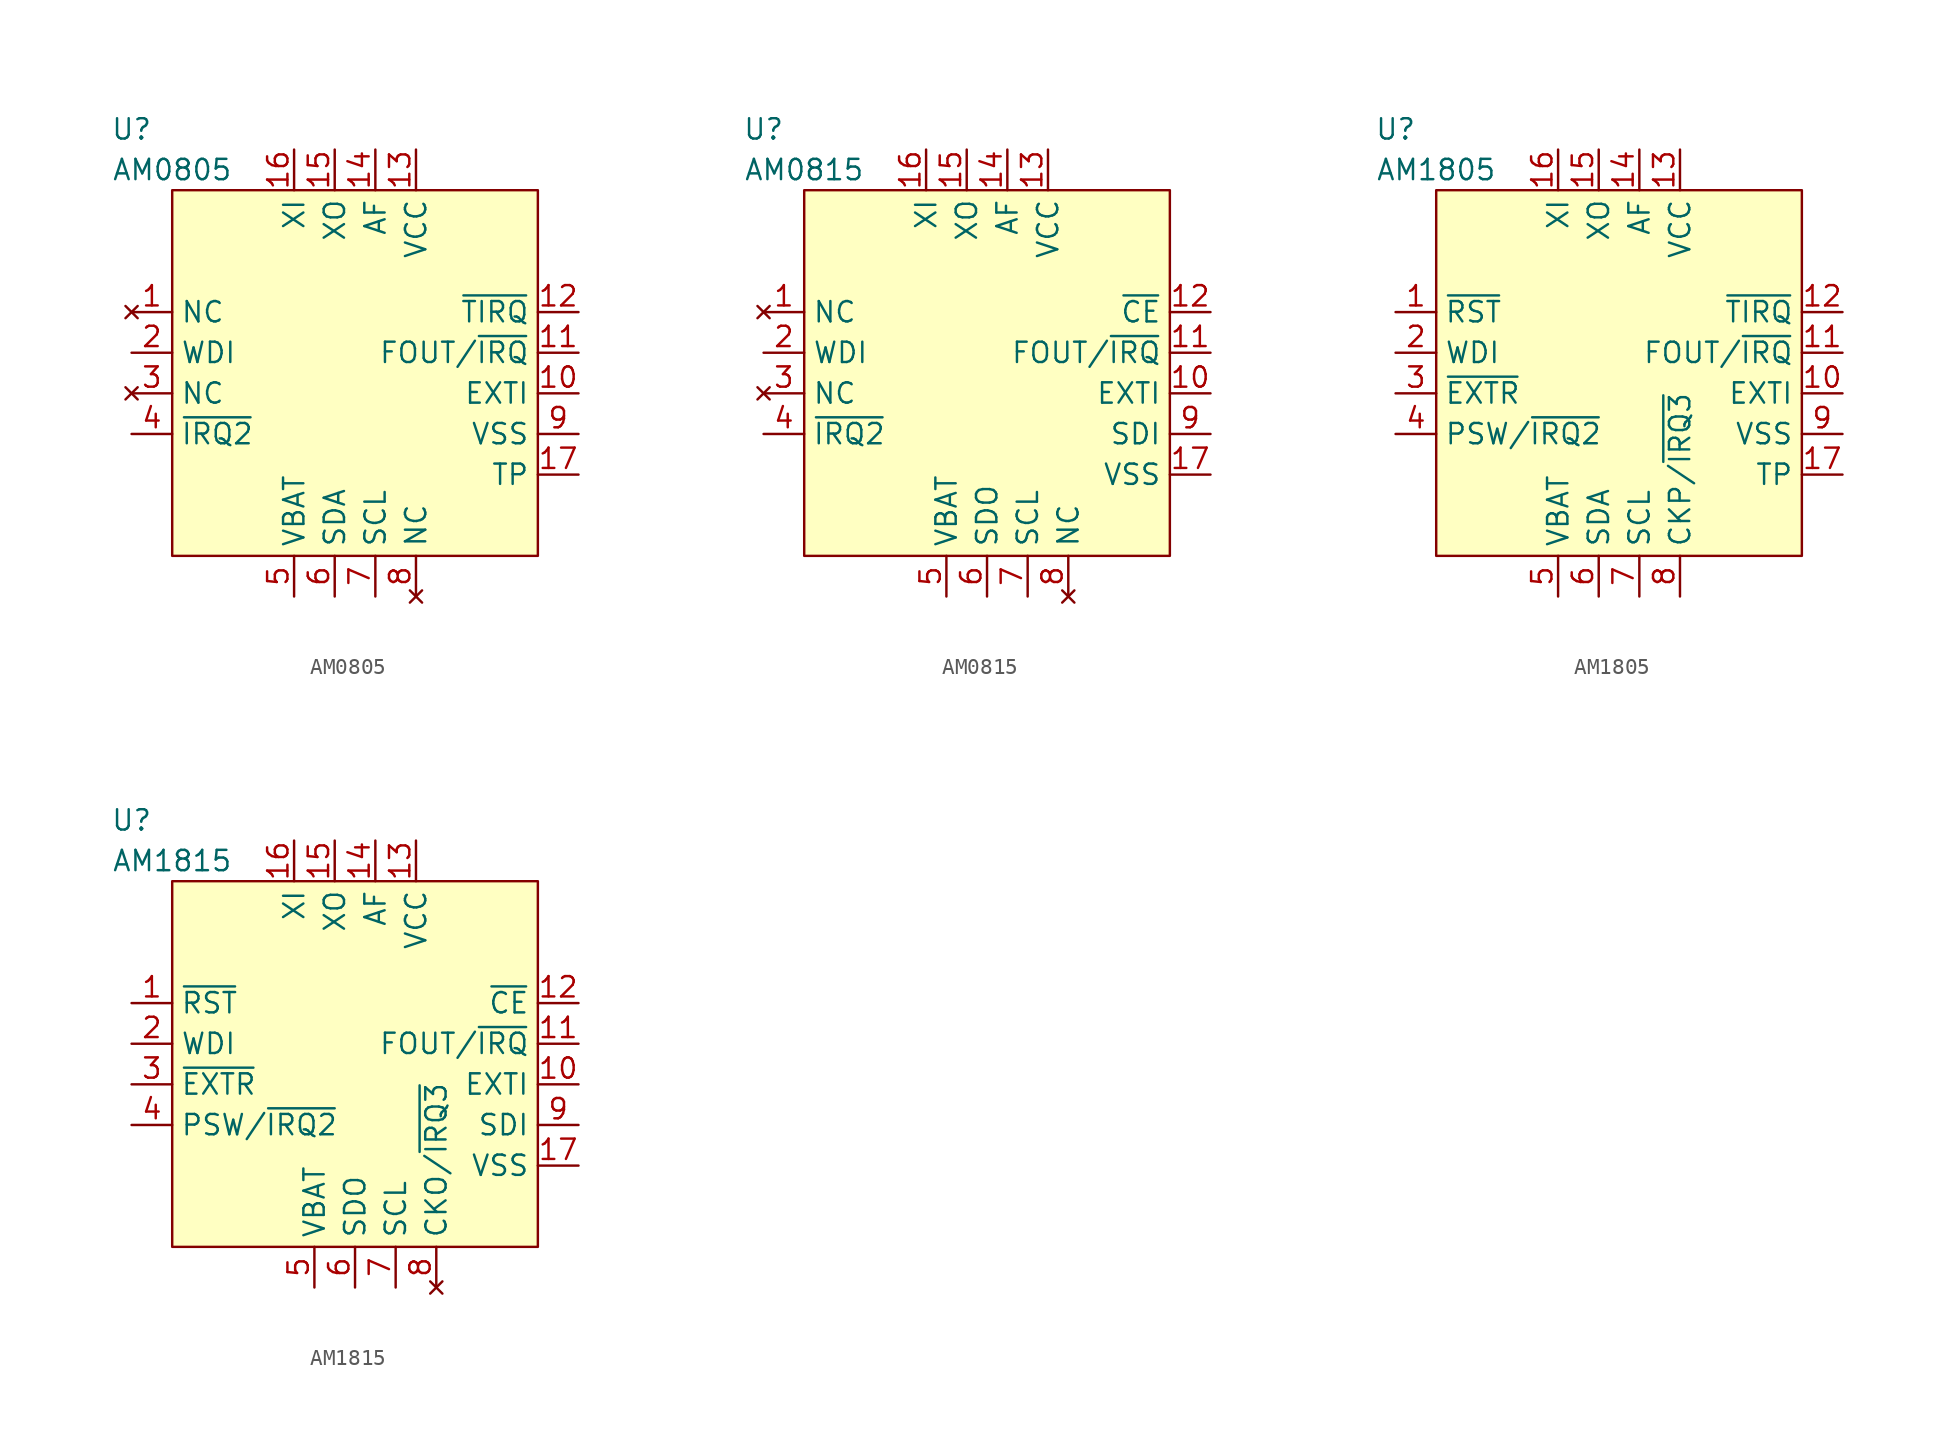
<source format=kicad_sym>
(kicad_symbol_lib
  (version 20220914)
  (generator kicad_symbol_editor)
  (symbol "AM0805"
    (property "Reference" "U"
      (at -2.54 3.81 0)
      (effects (font (size 1.27 1.27))))
    (property "Value" "AM0805"
      (at 0 1.27 0)
      (effects (font (size 1.27 1.27))))
    (symbol "AM0805_1_1"
      (rectangle (start 0 0) (end 22.86 -22.86) (stroke (width 0) (type default)) (fill (type background)))
      (pin no_connect line (at -2.54 -7.62 0) (length 2.54) (name "NC" (effects (font (size 1.27 1.27)))) (number "1" (effects (font (size 1.27 1.27)))))
      (pin input line (at 25.4 -12.7 180) (length 2.54) (name "EXTI" (effects (font (size 1.27 1.27)))) (number "10" (effects (font (size 1.27 1.27)))))
      (pin output line (at 25.4 -10.16 180) (length 2.54) (name "FOUT/~{IRQ}" (effects (font (size 1.27 1.27)))) (number "11" (effects (font (size 1.27 1.27)))))
      (pin output line (at 25.4 -7.62 180) (length 2.54) (name "~{TIRQ}" (effects (font (size 1.27 1.27)))) (number "12" (effects (font (size 1.27 1.27)))))
      (pin power_in line (at 15.24 2.54 270) (length 2.54) (name "VCC" (effects (font (size 1.27 1.27)))) (number "13" (effects (font (size 1.27 1.27)))))
      (pin output line (at 12.7 2.54 270) (length 2.54) (name "AF" (effects (font (size 1.27 1.27)))) (number "14" (effects (font (size 1.27 1.27)))))
      (pin bidirectional line (at 10.16 2.54 270) (length 2.54) (name "XO" (effects (font (size 1.27 1.27)))) (number "15" (effects (font (size 1.27 1.27)))))
      (pin bidirectional line (at 7.62 2.54 270) (length 2.54) (name "XI" (effects (font (size 1.27 1.27)))) (number "16" (effects (font (size 1.27 1.27)))))
      (pin passive line (at 25.4 -17.78 180) (length 2.54) (name "TP" (effects (font (size 1.27 1.27)))) (number "17" (effects (font (size 1.27 1.27)))))
      (pin input line (at -2.54 -10.16 0) (length 2.54) (name "WDI" (effects (font (size 1.27 1.27)))) (number "2" (effects (font (size 1.27 1.27)))))
      (pin no_connect line (at -2.54 -12.7 0) (length 2.54) (name "NC" (effects (font (size 1.27 1.27)))) (number "3" (effects (font (size 1.27 1.27)))))
      (pin output line (at -2.54 -15.24 0) (length 2.54) (name "~{IRQ2}" (effects (font (size 1.27 1.27)))) (number "4" (effects (font (size 1.27 1.27)))))
      (pin power_in line (at 7.62 -25.4 90) (length 2.54) (name "VBAT" (effects (font (size 1.27 1.27)))) (number "5" (effects (font (size 1.27 1.27)))))
      (pin bidirectional line (at 10.16 -25.4 90) (length 2.54) (name "SDA" (effects (font (size 1.27 1.27)))) (number "6" (effects (font (size 1.27 1.27)))))
      (pin bidirectional line (at 12.7 -25.4 90) (length 2.54) (name "SCL" (effects (font (size 1.27 1.27)))) (number "7" (effects (font (size 1.27 1.27)))))
      (pin no_connect line (at 15.24 -25.4 90) (length 2.54) (name "NC" (effects (font (size 1.27 1.27)))) (number "8" (effects (font (size 1.27 1.27)))))
      (pin passive line (at 25.4 -15.24 180) (length 2.54) (name "VSS" (effects (font (size 1.27 1.27)))) (number "9" (effects (font (size 1.27 1.27)))))))
  (symbol "AM0815"
    (property "Reference" "U"
      (at -2.54 3.81 0)
      (effects (font (size 1.27 1.27))))
    (property "Value" "AM0815"
      (at 0 1.27 0)
      (effects (font (size 1.27 1.27))))
    (symbol "AM0815_1_1"
      (rectangle (start 0 0) (end 22.86 -22.86) (stroke (width 0) (type default)) (fill (type background)))
      (pin no_connect line (at -2.54 -7.62 0) (length 2.54) (name "NC" (effects (font (size 1.27 1.27)))) (number "1" (effects (font (size 1.27 1.27)))))
      (pin input line (at 25.4 -12.7 180) (length 2.54) (name "EXTI" (effects (font (size 1.27 1.27)))) (number "10" (effects (font (size 1.27 1.27)))))
      (pin output line (at 25.4 -10.16 180) (length 2.54) (name "FOUT/~{IRQ}" (effects (font (size 1.27 1.27)))) (number "11" (effects (font (size 1.27 1.27)))))
      (pin input line (at 25.4 -7.62 180) (length 2.54) (name "~{CE}" (effects (font (size 1.27 1.27)))) (number "12" (effects (font (size 1.27 1.27)))))
      (pin power_in line (at 15.24 2.54 270) (length 2.54) (name "VCC" (effects (font (size 1.27 1.27)))) (number "13" (effects (font (size 1.27 1.27)))))
      (pin output line (at 12.7 2.54 270) (length 2.54) (name "AF" (effects (font (size 1.27 1.27)))) (number "14" (effects (font (size 1.27 1.27)))))
      (pin bidirectional line (at 10.16 2.54 270) (length 2.54) (name "XO" (effects (font (size 1.27 1.27)))) (number "15" (effects (font (size 1.27 1.27)))))
      (pin bidirectional line (at 7.62 2.54 270) (length 2.54) (name "XI" (effects (font (size 1.27 1.27)))) (number "16" (effects (font (size 1.27 1.27)))))
      (pin passive line (at 25.4 -17.78 180) (length 2.54) (name "VSS" (effects (font (size 1.27 1.27)))) (number "17" (effects (font (size 1.27 1.27)))))
      (pin input line (at -2.54 -10.16 0) (length 2.54) (name "WDI" (effects (font (size 1.27 1.27)))) (number "2" (effects (font (size 1.27 1.27)))))
      (pin no_connect line (at -2.54 -12.7 0) (length 2.54) (name "NC" (effects (font (size 1.27 1.27)))) (number "3" (effects (font (size 1.27 1.27)))))
      (pin output line (at -2.54 -15.24 0) (length 2.54) (name "~{IRQ2}" (effects (font (size 1.27 1.27)))) (number "4" (effects (font (size 1.27 1.27)))))
      (pin power_in line (at 8.89 -25.4 90) (length 2.54) (name "VBAT" (effects (font (size 1.27 1.27)))) (number "5" (effects (font (size 1.27 1.27)))))
      (pin output line (at 11.43 -25.4 90) (length 2.54) (name "SDO" (effects (font (size 1.27 1.27)))) (number "6" (effects (font (size 1.27 1.27)))))
      (pin input line (at 13.97 -25.4 90) (length 2.54) (name "SCL" (effects (font (size 1.27 1.27)))) (number "7" (effects (font (size 1.27 1.27)))))
      (pin no_connect line (at 16.51 -25.4 90) (length 2.54) (name "NC" (effects (font (size 1.27 1.27)))) (number "8" (effects (font (size 1.27 1.27)))))
      (pin input line (at 25.4 -15.24 180) (length 2.54) (name "SDI" (effects (font (size 1.27 1.27)))) (number "9" (effects (font (size 1.27 1.27)))))))
  (symbol "AM1805"
    (property "Reference" "U"
      (at -2.54 3.81 0)
      (effects (font (size 1.27 1.27))))
    (property "Value" "AM1805"
      (at 0 1.27 0)
      (effects (font (size 1.27 1.27))))
    (symbol "AM1805_1_1"
      (rectangle (start 0 0) (end 22.86 -22.86) (stroke (width 0) (type default)) (fill (type background)))
      (pin output line (at -2.54 -7.62 0) (length 2.54) (name "~{RST}" (effects (font (size 1.27 1.27)))) (number "1" (effects (font (size 1.27 1.27)))))
      (pin input line (at 25.4 -12.7 180) (length 2.54) (name "EXTI" (effects (font (size 1.27 1.27)))) (number "10" (effects (font (size 1.27 1.27)))))
      (pin output line (at 25.4 -10.16 180) (length 2.54) (name "FOUT/~{IRQ}" (effects (font (size 1.27 1.27)))) (number "11" (effects (font (size 1.27 1.27)))))
      (pin output line (at 25.4 -7.62 180) (length 2.54) (name "~{TIRQ}" (effects (font (size 1.27 1.27)))) (number "12" (effects (font (size 1.27 1.27)))))
      (pin power_in line (at 15.24 2.54 270) (length 2.54) (name "VCC" (effects (font (size 1.27 1.27)))) (number "13" (effects (font (size 1.27 1.27)))))
      (pin output line (at 12.7 2.54 270) (length 2.54) (name "AF" (effects (font (size 1.27 1.27)))) (number "14" (effects (font (size 1.27 1.27)))))
      (pin bidirectional line (at 10.16 2.54 270) (length 2.54) (name "XO" (effects (font (size 1.27 1.27)))) (number "15" (effects (font (size 1.27 1.27)))))
      (pin bidirectional line (at 7.62 2.54 270) (length 2.54) (name "XI" (effects (font (size 1.27 1.27)))) (number "16" (effects (font (size 1.27 1.27)))))
      (pin passive line (at 25.4 -17.78 180) (length 2.54) (name "TP" (effects (font (size 1.27 1.27)))) (number "17" (effects (font (size 1.27 1.27)))))
      (pin input line (at -2.54 -10.16 0) (length 2.54) (name "WDI" (effects (font (size 1.27 1.27)))) (number "2" (effects (font (size 1.27 1.27)))))
      (pin input line (at -2.54 -12.7 0) (length 2.54) (name "~{EXTR}" (effects (font (size 1.27 1.27)))) (number "3" (effects (font (size 1.27 1.27)))))
      (pin output line (at -2.54 -15.24 0) (length 2.54) (name "PSW/~{IRQ2}" (effects (font (size 1.27 1.27)))) (number "4" (effects (font (size 1.27 1.27)))))
      (pin power_in line (at 7.62 -25.4 90) (length 2.54) (name "VBAT" (effects (font (size 1.27 1.27)))) (number "5" (effects (font (size 1.27 1.27)))))
      (pin bidirectional line (at 10.16 -25.4 90) (length 2.54) (name "SDA" (effects (font (size 1.27 1.27)))) (number "6" (effects (font (size 1.27 1.27)))))
      (pin bidirectional line (at 12.7 -25.4 90) (length 2.54) (name "SCL" (effects (font (size 1.27 1.27)))) (number "7" (effects (font (size 1.27 1.27)))))
      (pin output line (at 15.24 -25.4 90) (length 2.54) (name "CKP/~{IRQ3}" (effects (font (size 1.27 1.27)))) (number "8" (effects (font (size 1.27 1.27)))))
      (pin passive line (at 25.4 -15.24 180) (length 2.54) (name "VSS" (effects (font (size 1.27 1.27)))) (number "9" (effects (font (size 1.27 1.27)))))))
  (symbol "AM1815"
    (property "Reference" "U"
      (at -2.54 3.81 0)
      (effects (font (size 1.27 1.27))))
    (property "Value" "AM1815"
      (at 0 1.27 0)
      (effects (font (size 1.27 1.27))))
    (symbol "AM1815_1_1"
      (rectangle (start 0 0) (end 22.86 -22.86) (stroke (width 0) (type default)) (fill (type background)))
      (pin output line (at -2.54 -7.62 0) (length 2.54) (name "~{RST}" (effects (font (size 1.27 1.27)))) (number "1" (effects (font (size 1.27 1.27)))))
      (pin input line (at 25.4 -12.7 180) (length 2.54) (name "EXTI" (effects (font (size 1.27 1.27)))) (number "10" (effects (font (size 1.27 1.27)))))
      (pin output line (at 25.4 -10.16 180) (length 2.54) (name "FOUT/~{IRQ}" (effects (font (size 1.27 1.27)))) (number "11" (effects (font (size 1.27 1.27)))))
      (pin input line (at 25.4 -7.62 180) (length 2.54) (name "~{CE}" (effects (font (size 1.27 1.27)))) (number "12" (effects (font (size 1.27 1.27)))))
      (pin power_in line (at 15.24 2.54 270) (length 2.54) (name "VCC" (effects (font (size 1.27 1.27)))) (number "13" (effects (font (size 1.27 1.27)))))
      (pin output line (at 12.7 2.54 270) (length 2.54) (name "AF" (effects (font (size 1.27 1.27)))) (number "14" (effects (font (size 1.27 1.27)))))
      (pin bidirectional line (at 10.16 2.54 270) (length 2.54) (name "XO" (effects (font (size 1.27 1.27)))) (number "15" (effects (font (size 1.27 1.27)))))
      (pin bidirectional line (at 7.62 2.54 270) (length 2.54) (name "XI" (effects (font (size 1.27 1.27)))) (number "16" (effects (font (size 1.27 1.27)))))
      (pin passive line (at 25.4 -17.78 180) (length 2.54) (name "VSS" (effects (font (size 1.27 1.27)))) (number "17" (effects (font (size 1.27 1.27)))))
      (pin input line (at -2.54 -10.16 0) (length 2.54) (name "WDI" (effects (font (size 1.27 1.27)))) (number "2" (effects (font (size 1.27 1.27)))))
      (pin input line (at -2.54 -12.7 0) (length 2.54) (name "~{EXTR}" (effects (font (size 1.27 1.27)))) (number "3" (effects (font (size 1.27 1.27)))))
      (pin output line (at -2.54 -15.24 0) (length 2.54) (name "PSW/~{IRQ2}" (effects (font (size 1.27 1.27)))) (number "4" (effects (font (size 1.27 1.27)))))
      (pin power_in line (at 8.89 -25.4 90) (length 2.54) (name "VBAT" (effects (font (size 1.27 1.27)))) (number "5" (effects (font (size 1.27 1.27)))))
      (pin output line (at 11.43 -25.4 90) (length 2.54) (name "SDO" (effects (font (size 1.27 1.27)))) (number "6" (effects (font (size 1.27 1.27)))))
      (pin input line (at 13.97 -25.4 90) (length 2.54) (name "SCL" (effects (font (size 1.27 1.27)))) (number "7" (effects (font (size 1.27 1.27)))))
      (pin no_connect line (at 16.51 -25.4 90) (length 2.54) (name "CKO/~{IRQ3}" (effects (font (size 1.27 1.27)))) (number "8" (effects (font (size 1.27 1.27)))))
      (pin input line (at 25.4 -15.24 180) (length 2.54) (name "SDI" (effects (font (size 1.27 1.27)))) (number "9" (effects (font (size 1.27 1.27))))))))
</source>
